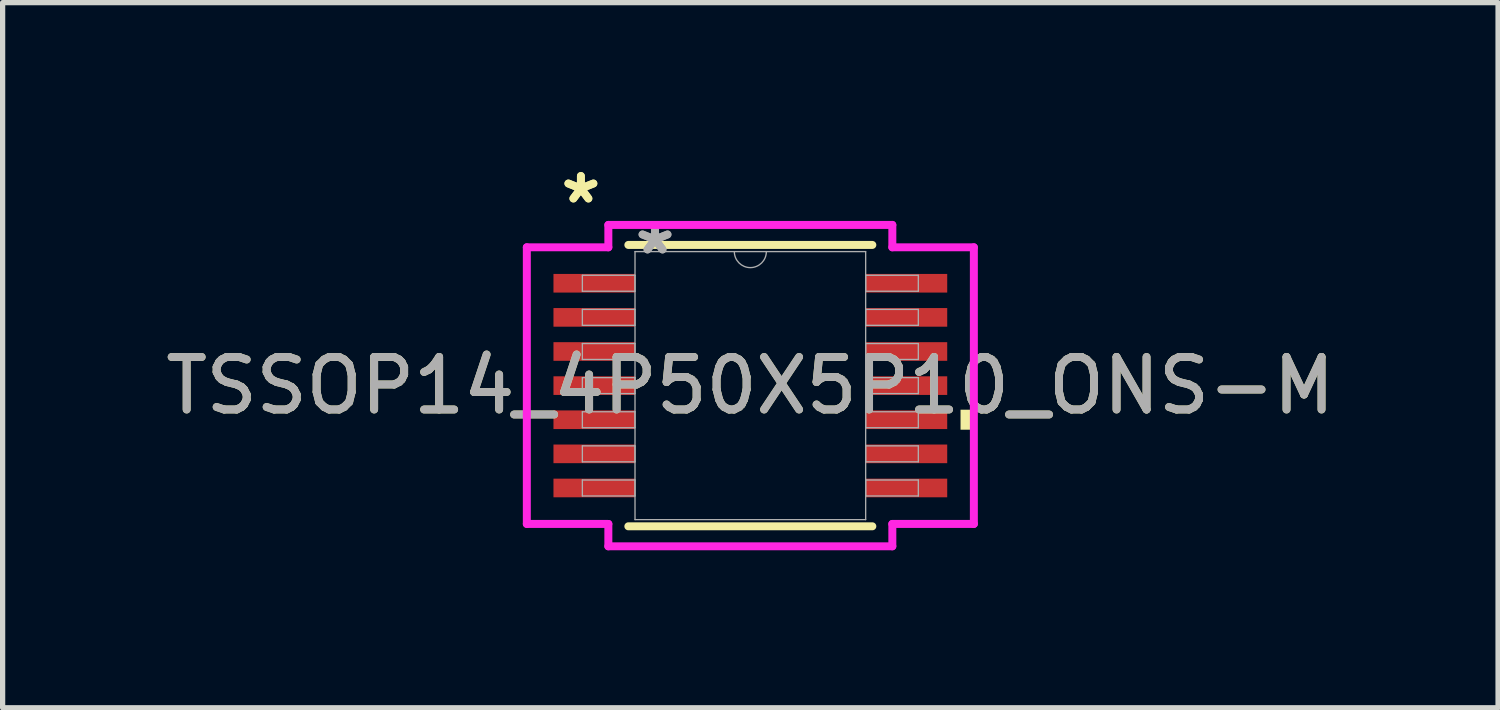
<source format=kicad_pcb>
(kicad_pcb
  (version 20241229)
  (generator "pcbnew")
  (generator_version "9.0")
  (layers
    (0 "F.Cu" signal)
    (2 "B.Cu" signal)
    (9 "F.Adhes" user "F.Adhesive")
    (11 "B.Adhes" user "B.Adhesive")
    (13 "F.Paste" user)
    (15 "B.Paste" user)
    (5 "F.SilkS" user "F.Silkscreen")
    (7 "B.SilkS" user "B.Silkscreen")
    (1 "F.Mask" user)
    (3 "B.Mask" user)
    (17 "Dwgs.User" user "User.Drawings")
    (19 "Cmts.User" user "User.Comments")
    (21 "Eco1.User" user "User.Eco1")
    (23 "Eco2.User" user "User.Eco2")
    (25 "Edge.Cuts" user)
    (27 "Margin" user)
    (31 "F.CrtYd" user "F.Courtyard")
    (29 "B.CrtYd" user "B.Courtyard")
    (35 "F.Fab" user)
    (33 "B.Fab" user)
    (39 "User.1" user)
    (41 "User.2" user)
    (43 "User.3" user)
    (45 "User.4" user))
  (footprint "TSSOP14_4P50X5P10_ONS-M"
    (layer "F.Cu")
    (at 11.244 4.296)
    (property "Reference" "TSSOP14_4P50X5P10_ONS-M" (at 0 0 0) (unlocked yes) (layer "F.SilkS") (effects (font (size 1 1) (thickness 0.15))))
    (attr smd)
    (fp_line (start -2.324 2.68) (end 2.324 2.68) (stroke (width 0.152) (type solid)) (layer "F.SilkS"))
    (fp_line (start 2.324 -2.68) (end -2.324 -2.68) (stroke (width 0.152) (type solid)) (layer "F.SilkS"))
    (fp_poly (pts (xy 4.258 0.459) (xy 4.258 0.84) (xy 4.004 0.84) (xy 4.004 0.459)) (stroke (width 0) (type solid)) (fill yes) (layer "F.SilkS"))
    (fp_line (start -4.258 -2.635) (end -2.705 -2.635) (stroke (width 0.152) (type solid)) (layer "F.CrtYd"))
    (fp_line (start -4.258 2.635) (end -4.258 -2.635) (stroke (width 0.152) (type solid)) (layer "F.CrtYd"))
    (fp_line (start -4.258 2.635) (end -2.705 2.635) (stroke (width 0.152) (type solid)) (layer "F.CrtYd"))
    (fp_line (start -2.705 -3.061) (end 2.705 -3.061) (stroke (width 0.152) (type solid)) (layer "F.CrtYd"))
    (fp_line (start -2.705 -2.635) (end -2.705 -3.061) (stroke (width 0.152) (type solid)) (layer "F.CrtYd"))
    (fp_line (start -2.705 3.061) (end -2.705 2.635) (stroke (width 0.152) (type solid)) (layer "F.CrtYd"))
    (fp_line (start 2.705 -3.061) (end 2.705 -2.635) (stroke (width 0.152) (type solid)) (layer "F.CrtYd"))
    (fp_line (start 2.705 2.635) (end 2.705 3.061) (stroke (width 0.152) (type solid)) (layer "F.CrtYd"))
    (fp_line (start 2.705 3.061) (end -2.705 3.061) (stroke (width 0.152) (type solid)) (layer "F.CrtYd"))
    (fp_line (start 4.258 -2.635) (end 2.705 -2.635) (stroke (width 0.152) (type solid)) (layer "F.CrtYd"))
    (fp_line (start 4.258 -2.635) (end 4.258 2.635) (stroke (width 0.152) (type solid)) (layer "F.CrtYd"))
    (fp_line (start 4.258 2.635) (end 2.705 2.635) (stroke (width 0.152) (type solid)) (layer "F.CrtYd"))
    (fp_line (start -3.2 -2.102) (end -3.2 -1.798) (stroke (width 0.025) (type solid)) (layer "F.Fab"))
    (fp_line (start -3.2 -1.798) (end -2.197 -1.798) (stroke (width 0.025) (type solid)) (layer "F.Fab"))
    (fp_line (start -3.2 -1.452) (end -3.2 -1.148) (stroke (width 0.025) (type solid)) (layer "F.Fab"))
    (fp_line (start -3.2 -1.148) (end -2.197 -1.148) (stroke (width 0.025) (type solid)) (layer "F.Fab"))
    (fp_line (start -3.2 -0.802) (end -3.2 -0.498) (stroke (width 0.025) (type solid)) (layer "F.Fab"))
    (fp_line (start -3.2 -0.498) (end -2.197 -0.498) (stroke (width 0.025) (type solid)) (layer "F.Fab"))
    (fp_line (start -3.2 -0.152) (end -3.2 0.152) (stroke (width 0.025) (type solid)) (layer "F.Fab"))
    (fp_line (start -3.2 0.152) (end -2.197 0.152) (stroke (width 0.025) (type solid)) (layer "F.Fab"))
    (fp_line (start -3.2 0.498) (end -3.2 0.802) (stroke (width 0.025) (type solid)) (layer "F.Fab"))
    (fp_line (start -3.2 0.802) (end -2.197 0.802) (stroke (width 0.025) (type solid)) (layer "F.Fab"))
    (fp_line (start -3.2 1.148) (end -3.2 1.452) (stroke (width 0.025) (type solid)) (layer "F.Fab"))
    (fp_line (start -3.2 1.452) (end -2.197 1.452) (stroke (width 0.025) (type solid)) (layer "F.Fab"))
    (fp_line (start -3.2 1.798) (end -3.2 2.102) (stroke (width 0.025) (type solid)) (layer "F.Fab"))
    (fp_line (start -3.2 2.102) (end -2.197 2.102) (stroke (width 0.025) (type solid)) (layer "F.Fab"))
    (fp_line (start -2.197 -2.553) (end -2.197 2.553) (stroke (width 0.025) (type solid)) (layer "F.Fab"))
    (fp_line (start -2.197 -2.102) (end -3.2 -2.102) (stroke (width 0.025) (type solid)) (layer "F.Fab"))
    (fp_line (start -2.197 -1.798) (end -2.197 -2.102) (stroke (width 0.025) (type solid)) (layer "F.Fab"))
    (fp_line (start -2.197 -1.452) (end -3.2 -1.452) (stroke (width 0.025) (type solid)) (layer "F.Fab"))
    (fp_line (start -2.197 -1.148) (end -2.197 -1.452) (stroke (width 0.025) (type solid)) (layer "F.Fab"))
    (fp_line (start -2.197 -0.802) (end -3.2 -0.802) (stroke (width 0.025) (type solid)) (layer "F.Fab"))
    (fp_line (start -2.197 -0.498) (end -2.197 -0.802) (stroke (width 0.025) (type solid)) (layer "F.Fab"))
    (fp_line (start -2.197 -0.152) (end -3.2 -0.152) (stroke (width 0.025) (type solid)) (layer "F.Fab"))
    (fp_line (start -2.197 0.152) (end -2.197 -0.152) (stroke (width 0.025) (type solid)) (layer "F.Fab"))
    (fp_line (start -2.197 0.498) (end -3.2 0.498) (stroke (width 0.025) (type solid)) (layer "F.Fab"))
    (fp_line (start -2.197 0.802) (end -2.197 0.498) (stroke (width 0.025) (type solid)) (layer "F.Fab"))
    (fp_line (start -2.197 1.148) (end -3.2 1.148) (stroke (width 0.025) (type solid)) (layer "F.Fab"))
    (fp_line (start -2.197 1.452) (end -2.197 1.148) (stroke (width 0.025) (type solid)) (layer "F.Fab"))
    (fp_line (start -2.197 1.798) (end -3.2 1.798) (stroke (width 0.025) (type solid)) (layer "F.Fab"))
    (fp_line (start -2.197 2.102) (end -2.197 1.798) (stroke (width 0.025) (type solid)) (layer "F.Fab"))
    (fp_line (start -2.197 2.553) (end 2.197 2.553) (stroke (width 0.025) (type solid)) (layer "F.Fab"))
    (fp_line (start 2.197 -2.553) (end -2.197 -2.553) (stroke (width 0.025) (type solid)) (layer "F.Fab"))
    (fp_line (start 2.197 -2.102) (end 2.197 -1.798) (stroke (width 0.025) (type solid)) (layer "F.Fab"))
    (fp_line (start 2.197 -1.798) (end 3.2 -1.798) (stroke (width 0.025) (type solid)) (layer "F.Fab"))
    (fp_line (start 2.197 -1.452) (end 2.197 -1.148) (stroke (width 0.025) (type solid)) (layer "F.Fab"))
    (fp_line (start 2.197 -1.148) (end 3.2 -1.148) (stroke (width 0.025) (type solid)) (layer "F.Fab"))
    (fp_line (start 2.197 -0.802) (end 2.197 -0.498) (stroke (width 0.025) (type solid)) (layer "F.Fab"))
    (fp_line (start 2.197 -0.498) (end 3.2 -0.498) (stroke (width 0.025) (type solid)) (layer "F.Fab"))
    (fp_line (start 2.197 -0.152) (end 2.197 0.152) (stroke (width 0.025) (type solid)) (layer "F.Fab"))
    (fp_line (start 2.197 0.152) (end 3.2 0.152) (stroke (width 0.025) (type solid)) (layer "F.Fab"))
    (fp_line (start 2.197 0.498) (end 2.197 0.802) (stroke (width 0.025) (type solid)) (layer "F.Fab"))
    (fp_line (start 2.197 0.802) (end 3.2 0.802) (stroke (width 0.025) (type solid)) (layer "F.Fab"))
    (fp_line (start 2.197 1.148) (end 2.197 1.452) (stroke (width 0.025) (type solid)) (layer "F.Fab"))
    (fp_line (start 2.197 1.452) (end 3.2 1.452) (stroke (width 0.025) (type solid)) (layer "F.Fab"))
    (fp_line (start 2.197 1.798) (end 2.197 2.102) (stroke (width 0.025) (type solid)) (layer "F.Fab"))
    (fp_line (start 2.197 2.102) (end 3.2 2.102) (stroke (width 0.025) (type solid)) (layer "F.Fab"))
    (fp_line (start 2.197 2.553) (end 2.197 -2.553) (stroke (width 0.025) (type solid)) (layer "F.Fab"))
    (fp_line (start 3.2 -2.102) (end 2.197 -2.102) (stroke (width 0.025) (type solid)) (layer "F.Fab"))
    (fp_line (start 3.2 -1.798) (end 3.2 -2.102) (stroke (width 0.025) (type solid)) (layer "F.Fab"))
    (fp_line (start 3.2 -1.452) (end 2.197 -1.452) (stroke (width 0.025) (type solid)) (layer "F.Fab"))
    (fp_line (start 3.2 -1.148) (end 3.2 -1.452) (stroke (width 0.025) (type solid)) (layer "F.Fab"))
    (fp_line (start 3.2 -0.802) (end 2.197 -0.802) (stroke (width 0.025) (type solid)) (layer "F.Fab"))
    (fp_line (start 3.2 -0.498) (end 3.2 -0.802) (stroke (width 0.025) (type solid)) (layer "F.Fab"))
    (fp_line (start 3.2 -0.152) (end 2.197 -0.152) (stroke (width 0.025) (type solid)) (layer "F.Fab"))
    (fp_line (start 3.2 0.152) (end 3.2 -0.152) (stroke (width 0.025) (type solid)) (layer "F.Fab"))
    (fp_line (start 3.2 0.498) (end 2.197 0.498) (stroke (width 0.025) (type solid)) (layer "F.Fab"))
    (fp_line (start 3.2 0.802) (end 3.2 0.498) (stroke (width 0.025) (type solid)) (layer "F.Fab"))
    (fp_line (start 3.2 1.148) (end 2.197 1.148) (stroke (width 0.025) (type solid)) (layer "F.Fab"))
    (fp_line (start 3.2 1.452) (end 3.2 1.148) (stroke (width 0.025) (type solid)) (layer "F.Fab"))
    (fp_line (start 3.2 1.798) (end 2.197 1.798) (stroke (width 0.025) (type solid)) (layer "F.Fab"))
    (fp_line (start 3.2 2.102) (end 3.2 1.798) (stroke (width 0.025) (type solid)) (layer "F.Fab"))
    (fp_arc (start 0.3048 -2.5527) (mid 0 -2.2479) (end -0.3048 -2.5527) (stroke (width 0.0254) (type solid)) (layer "F.Fab"))
    (fp_text user "*" (at -3.228 -3.448 0) (unlocked yes) (layer "F.SilkS") (effects (font (size 1 1) (thickness 0.15))))
    (fp_text user "*" (at -3.228 -3.448 0) (layer "F.SilkS") (effects (font (size 1 1) (thickness 0.15))))
    (fp_text user "${REFERENCE}" (at 0 0 0) (unlocked yes) (layer "F.Fab") (effects (font (size 1 1) (thickness 0.15))))
    (fp_text user "*" (at -1.816 -2.477 0) (layer "F.Fab") (effects (font (size 1 1) (thickness 0.15))))
    (fp_text user "*" (at -1.816 -2.477 0) (unlocked yes) (layer "F.Fab") (effects (font (size 1 1) (thickness 0.15))))
    (pad "1" smd rect (at -2.974 -1.95) (size 1.553 0.355) (layers "F.Cu" "F.Mask" "F.Paste"))
    (pad "2" smd rect (at -2.974 -1.3) (size 1.553 0.355) (layers "F.Cu" "F.Mask" "F.Paste"))
    (pad "3" smd rect (at -2.974 -0.65) (size 1.553 0.355) (layers "F.Cu" "F.Mask" "F.Paste"))
    (pad "4" smd rect (at -2.974 0) (size 1.553 0.355) (layers "F.Cu" "F.Mask" "F.Paste"))
    (pad "5" smd rect (at -2.974 0.65) (size 1.553 0.355) (layers "F.Cu" "F.Mask" "F.Paste"))
    (pad "6" smd rect (at -2.974 1.3) (size 1.553 0.355) (layers "F.Cu" "F.Mask" "F.Paste"))
    (pad "7" smd rect (at -2.974 1.95) (size 1.553 0.355) (layers "F.Cu" "F.Mask" "F.Paste"))
    (pad "8" smd rect (at 2.974 1.95) (size 1.553 0.355) (layers "F.Cu" "F.Mask" "F.Paste"))
    (pad "9" smd rect (at 2.974 1.3) (size 1.553 0.355) (layers "F.Cu" "F.Mask" "F.Paste"))
    (pad "10" smd rect (at 2.974 0.65) (size 1.553 0.355) (layers "F.Cu" "F.Mask" "F.Paste"))
    (pad "11" smd rect (at 2.974 0) (size 1.553 0.355) (layers "F.Cu" "F.Mask" "F.Paste"))
    (pad "12" smd rect (at 2.974 -0.65) (size 1.553 0.355) (layers "F.Cu" "F.Mask" "F.Paste"))
    (pad "13" smd rect (at 2.974 -1.3) (size 1.553 0.355) (layers "F.Cu" "F.Mask" "F.Paste"))
    (pad "14" smd rect (at 2.974 -1.95) (size 1.553 0.355) (layers "F.Cu" "F.Mask" "F.Paste")))
  (gr_rect
    (start -3 -3)
    (end 25.488 10.433)
    (stroke (width 0.1) (type default))
    (fill no)
    (layer "Edge.Cuts")))
</source>
